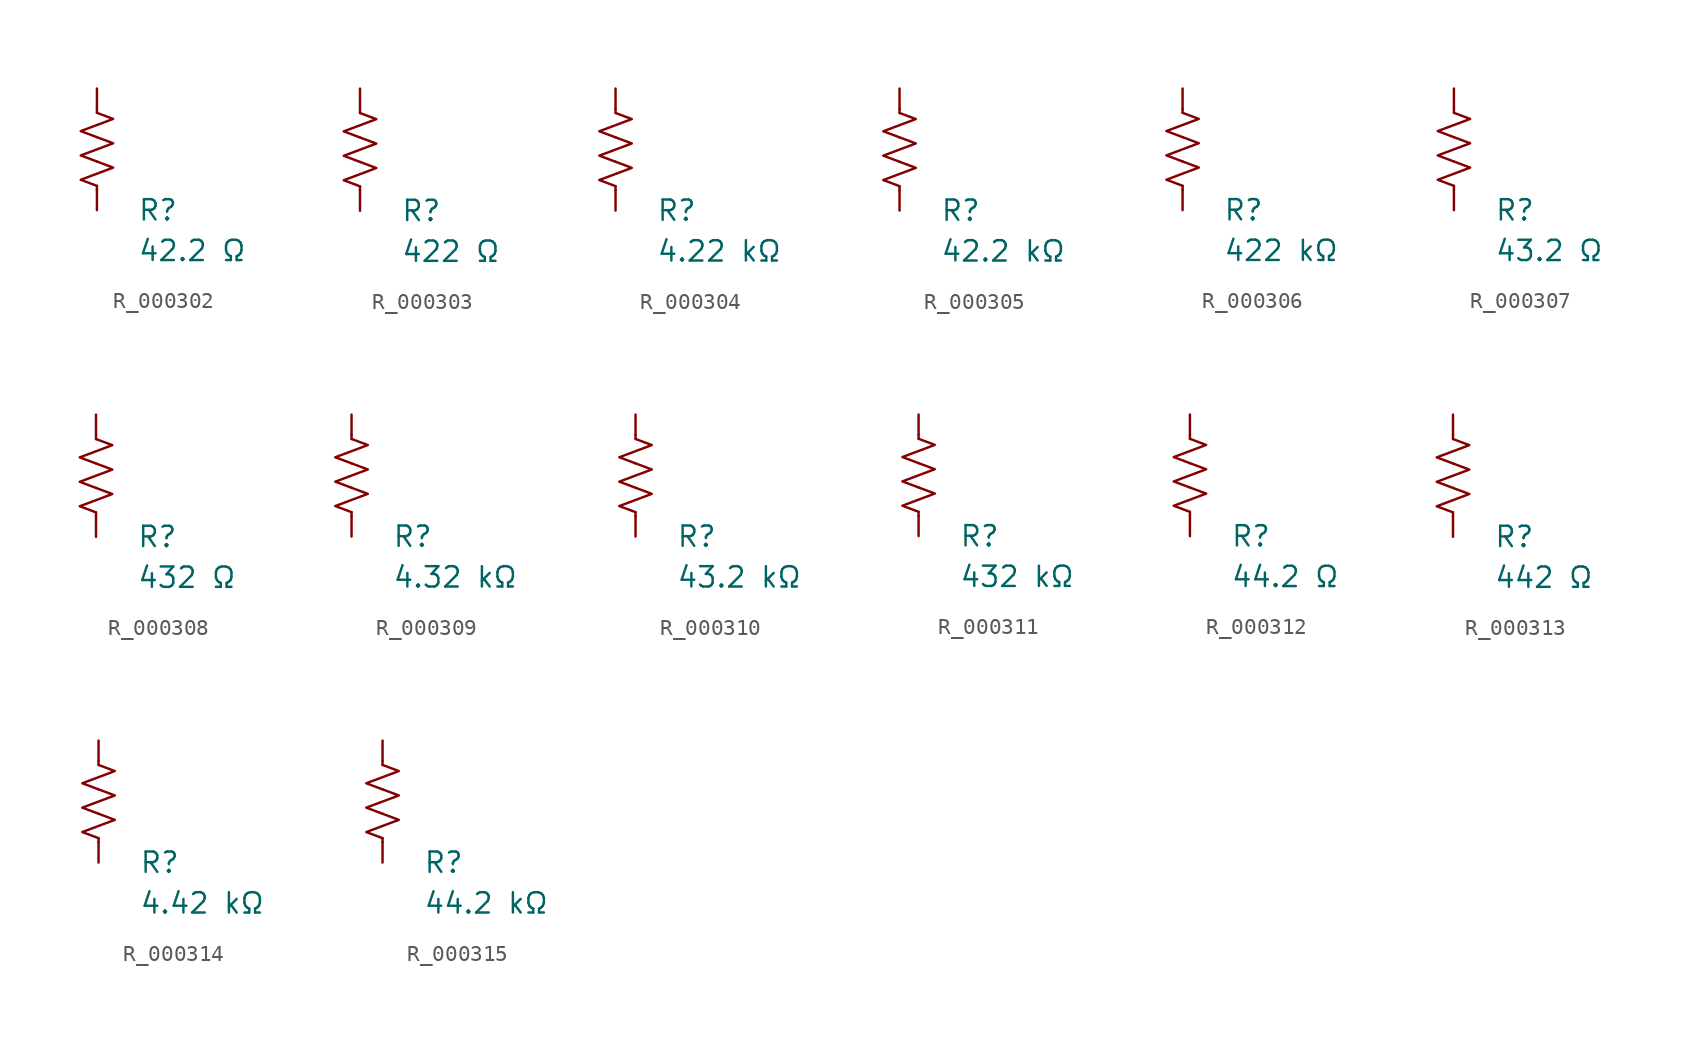
<source format=kicad_sym>
(kicad_symbol_lib
  (version 20231120)
  (generator "kicad_symbol_editor")
  (generator_version "8.0")
  (symbol "R_000302"
    (pin_numbers hide)
    (pin_names
      (offset 0))
    (property "Reference" "R"
      (at 2.54 -3.81 0)
      (effects (font (size 1.27 1.27)) (justify left))
      (show_name no))
    (property "Value" "42.2 Ω"
      (at 2.54 -6.35 0)
      (effects (font (size 1.27 1.27)) (justify left))
      (show_name no))
    (symbol "R_000302_0_1"
      (polyline (pts (xy 0 -2.286) (xy 0 -2.54)) (stroke (width 0) (type default)) (fill (type none)))
      (polyline (pts (xy 0 2.286) (xy 0 2.54)) (stroke (width 0) (type default)) (fill (type none)))
      (polyline (pts (xy 0 -0.762) (xy 1.016 -1.143) (xy 0 -1.524) (xy -1.016 -1.905) (xy 0 -2.286)) (stroke (width 0) (type default)) (fill (type none)))
      (polyline (pts (xy 0 0.762) (xy 1.016 0.381) (xy 0 0) (xy -1.016 -0.381) (xy 0 -0.762)) (stroke (width 0) (type default)) (fill (type none)))
      (polyline (pts (xy 0 2.286) (xy 1.016 1.905) (xy 0 1.524) (xy -1.016 1.143) (xy 0 0.762)) (stroke (width 0) (type default)) (fill (type none))))
    (symbol "R_000302_1_1"
      (pin passive line (at 0 3.81 270) (length 1.27) (name "~" (effects (font (size 1.27 1.27)))) (number "1" (effects (font (size 1.27 1.27)))))
      (pin passive line (at 0 -3.81 90) (length 1.27) (name "~" (effects (font (size 1.27 1.27)))) (number "2" (effects (font (size 1.27 1.27)))))))
  (symbol "R_000303"
    (pin_numbers hide)
    (pin_names
      (offset 0))
    (property "Reference" "R"
      (at 2.54 -3.81 0)
      (effects (font (size 1.27 1.27)) (justify left))
      (show_name no))
    (property "Value" "422 Ω"
      (at 2.54 -6.35 0)
      (effects (font (size 1.27 1.27)) (justify left))
      (show_name no))
    (symbol "R_000303_0_1"
      (polyline (pts (xy 0 -2.286) (xy 0 -2.54)) (stroke (width 0) (type default)) (fill (type none)))
      (polyline (pts (xy 0 2.286) (xy 0 2.54)) (stroke (width 0) (type default)) (fill (type none)))
      (polyline (pts (xy 0 -0.762) (xy 1.016 -1.143) (xy 0 -1.524) (xy -1.016 -1.905) (xy 0 -2.286)) (stroke (width 0) (type default)) (fill (type none)))
      (polyline (pts (xy 0 0.762) (xy 1.016 0.381) (xy 0 0) (xy -1.016 -0.381) (xy 0 -0.762)) (stroke (width 0) (type default)) (fill (type none)))
      (polyline (pts (xy 0 2.286) (xy 1.016 1.905) (xy 0 1.524) (xy -1.016 1.143) (xy 0 0.762)) (stroke (width 0) (type default)) (fill (type none))))
    (symbol "R_000303_1_1"
      (pin passive line (at 0 3.81 270) (length 1.27) (name "~" (effects (font (size 1.27 1.27)))) (number "1" (effects (font (size 1.27 1.27)))))
      (pin passive line (at 0 -3.81 90) (length 1.27) (name "~" (effects (font (size 1.27 1.27)))) (number "2" (effects (font (size 1.27 1.27)))))))
  (symbol "R_000304"
    (pin_numbers hide)
    (pin_names
      (offset 0))
    (property "Reference" "R"
      (at 2.54 -3.81 0)
      (effects (font (size 1.27 1.27)) (justify left))
      (show_name no))
    (property "Value" "4.22 kΩ"
      (at 2.54 -6.35 0)
      (effects (font (size 1.27 1.27)) (justify left))
      (show_name no))
    (symbol "R_000304_0_1"
      (polyline (pts (xy 0 -2.286) (xy 0 -2.54)) (stroke (width 0) (type default)) (fill (type none)))
      (polyline (pts (xy 0 2.286) (xy 0 2.54)) (stroke (width 0) (type default)) (fill (type none)))
      (polyline (pts (xy 0 -0.762) (xy 1.016 -1.143) (xy 0 -1.524) (xy -1.016 -1.905) (xy 0 -2.286)) (stroke (width 0) (type default)) (fill (type none)))
      (polyline (pts (xy 0 0.762) (xy 1.016 0.381) (xy 0 0) (xy -1.016 -0.381) (xy 0 -0.762)) (stroke (width 0) (type default)) (fill (type none)))
      (polyline (pts (xy 0 2.286) (xy 1.016 1.905) (xy 0 1.524) (xy -1.016 1.143) (xy 0 0.762)) (stroke (width 0) (type default)) (fill (type none))))
    (symbol "R_000304_1_1"
      (pin passive line (at 0 3.81 270) (length 1.27) (name "~" (effects (font (size 1.27 1.27)))) (number "1" (effects (font (size 1.27 1.27)))))
      (pin passive line (at 0 -3.81 90) (length 1.27) (name "~" (effects (font (size 1.27 1.27)))) (number "2" (effects (font (size 1.27 1.27)))))))
  (symbol "R_000305"
    (pin_numbers hide)
    (pin_names
      (offset 0))
    (property "Reference" "R"
      (at 2.54 -3.81 0)
      (effects (font (size 1.27 1.27)) (justify left))
      (show_name no))
    (property "Value" "42.2 kΩ"
      (at 2.54 -6.35 0)
      (effects (font (size 1.27 1.27)) (justify left))
      (show_name no))
    (symbol "R_000305_0_1"
      (polyline (pts (xy 0 -2.286) (xy 0 -2.54)) (stroke (width 0) (type default)) (fill (type none)))
      (polyline (pts (xy 0 2.286) (xy 0 2.54)) (stroke (width 0) (type default)) (fill (type none)))
      (polyline (pts (xy 0 -0.762) (xy 1.016 -1.143) (xy 0 -1.524) (xy -1.016 -1.905) (xy 0 -2.286)) (stroke (width 0) (type default)) (fill (type none)))
      (polyline (pts (xy 0 0.762) (xy 1.016 0.381) (xy 0 0) (xy -1.016 -0.381) (xy 0 -0.762)) (stroke (width 0) (type default)) (fill (type none)))
      (polyline (pts (xy 0 2.286) (xy 1.016 1.905) (xy 0 1.524) (xy -1.016 1.143) (xy 0 0.762)) (stroke (width 0) (type default)) (fill (type none))))
    (symbol "R_000305_1_1"
      (pin passive line (at 0 3.81 270) (length 1.27) (name "~" (effects (font (size 1.27 1.27)))) (number "1" (effects (font (size 1.27 1.27)))))
      (pin passive line (at 0 -3.81 90) (length 1.27) (name "~" (effects (font (size 1.27 1.27)))) (number "2" (effects (font (size 1.27 1.27)))))))
  (symbol "R_000306"
    (pin_numbers hide)
    (pin_names
      (offset 0))
    (property "Reference" "R"
      (at 2.54 -3.81 0)
      (effects (font (size 1.27 1.27)) (justify left))
      (show_name no))
    (property "Value" "422 kΩ"
      (at 2.54 -6.35 0)
      (effects (font (size 1.27 1.27)) (justify left))
      (show_name no))
    (symbol "R_000306_0_1"
      (polyline (pts (xy 0 -2.286) (xy 0 -2.54)) (stroke (width 0) (type default)) (fill (type none)))
      (polyline (pts (xy 0 2.286) (xy 0 2.54)) (stroke (width 0) (type default)) (fill (type none)))
      (polyline (pts (xy 0 -0.762) (xy 1.016 -1.143) (xy 0 -1.524) (xy -1.016 -1.905) (xy 0 -2.286)) (stroke (width 0) (type default)) (fill (type none)))
      (polyline (pts (xy 0 0.762) (xy 1.016 0.381) (xy 0 0) (xy -1.016 -0.381) (xy 0 -0.762)) (stroke (width 0) (type default)) (fill (type none)))
      (polyline (pts (xy 0 2.286) (xy 1.016 1.905) (xy 0 1.524) (xy -1.016 1.143) (xy 0 0.762)) (stroke (width 0) (type default)) (fill (type none))))
    (symbol "R_000306_1_1"
      (pin passive line (at 0 3.81 270) (length 1.27) (name "~" (effects (font (size 1.27 1.27)))) (number "1" (effects (font (size 1.27 1.27)))))
      (pin passive line (at 0 -3.81 90) (length 1.27) (name "~" (effects (font (size 1.27 1.27)))) (number "2" (effects (font (size 1.27 1.27)))))))
  (symbol "R_000307"
    (pin_numbers hide)
    (pin_names
      (offset 0))
    (property "Reference" "R"
      (at 2.54 -3.81 0)
      (effects (font (size 1.27 1.27)) (justify left))
      (show_name no))
    (property "Value" "43.2 Ω"
      (at 2.54 -6.35 0)
      (effects (font (size 1.27 1.27)) (justify left))
      (show_name no))
    (symbol "R_000307_0_1"
      (polyline (pts (xy 0 -2.286) (xy 0 -2.54)) (stroke (width 0) (type default)) (fill (type none)))
      (polyline (pts (xy 0 2.286) (xy 0 2.54)) (stroke (width 0) (type default)) (fill (type none)))
      (polyline (pts (xy 0 -0.762) (xy 1.016 -1.143) (xy 0 -1.524) (xy -1.016 -1.905) (xy 0 -2.286)) (stroke (width 0) (type default)) (fill (type none)))
      (polyline (pts (xy 0 0.762) (xy 1.016 0.381) (xy 0 0) (xy -1.016 -0.381) (xy 0 -0.762)) (stroke (width 0) (type default)) (fill (type none)))
      (polyline (pts (xy 0 2.286) (xy 1.016 1.905) (xy 0 1.524) (xy -1.016 1.143) (xy 0 0.762)) (stroke (width 0) (type default)) (fill (type none))))
    (symbol "R_000307_1_1"
      (pin passive line (at 0 3.81 270) (length 1.27) (name "~" (effects (font (size 1.27 1.27)))) (number "1" (effects (font (size 1.27 1.27)))))
      (pin passive line (at 0 -3.81 90) (length 1.27) (name "~" (effects (font (size 1.27 1.27)))) (number "2" (effects (font (size 1.27 1.27)))))))
  (symbol "R_000308"
    (pin_numbers hide)
    (pin_names
      (offset 0))
    (property "Reference" "R"
      (at 2.54 -3.81 0)
      (effects (font (size 1.27 1.27)) (justify left))
      (show_name no))
    (property "Value" "432 Ω"
      (at 2.54 -6.35 0)
      (effects (font (size 1.27 1.27)) (justify left))
      (show_name no))
    (symbol "R_000308_0_1"
      (polyline (pts (xy 0 -2.286) (xy 0 -2.54)) (stroke (width 0) (type default)) (fill (type none)))
      (polyline (pts (xy 0 2.286) (xy 0 2.54)) (stroke (width 0) (type default)) (fill (type none)))
      (polyline (pts (xy 0 -0.762) (xy 1.016 -1.143) (xy 0 -1.524) (xy -1.016 -1.905) (xy 0 -2.286)) (stroke (width 0) (type default)) (fill (type none)))
      (polyline (pts (xy 0 0.762) (xy 1.016 0.381) (xy 0 0) (xy -1.016 -0.381) (xy 0 -0.762)) (stroke (width 0) (type default)) (fill (type none)))
      (polyline (pts (xy 0 2.286) (xy 1.016 1.905) (xy 0 1.524) (xy -1.016 1.143) (xy 0 0.762)) (stroke (width 0) (type default)) (fill (type none))))
    (symbol "R_000308_1_1"
      (pin passive line (at 0 3.81 270) (length 1.27) (name "~" (effects (font (size 1.27 1.27)))) (number "1" (effects (font (size 1.27 1.27)))))
      (pin passive line (at 0 -3.81 90) (length 1.27) (name "~" (effects (font (size 1.27 1.27)))) (number "2" (effects (font (size 1.27 1.27)))))))
  (symbol "R_000309"
    (pin_numbers hide)
    (pin_names
      (offset 0))
    (property "Reference" "R"
      (at 2.54 -3.81 0)
      (effects (font (size 1.27 1.27)) (justify left))
      (show_name no))
    (property "Value" "4.32 kΩ"
      (at 2.54 -6.35 0)
      (effects (font (size 1.27 1.27)) (justify left))
      (show_name no))
    (symbol "R_000309_0_1"
      (polyline (pts (xy 0 -2.286) (xy 0 -2.54)) (stroke (width 0) (type default)) (fill (type none)))
      (polyline (pts (xy 0 2.286) (xy 0 2.54)) (stroke (width 0) (type default)) (fill (type none)))
      (polyline (pts (xy 0 -0.762) (xy 1.016 -1.143) (xy 0 -1.524) (xy -1.016 -1.905) (xy 0 -2.286)) (stroke (width 0) (type default)) (fill (type none)))
      (polyline (pts (xy 0 0.762) (xy 1.016 0.381) (xy 0 0) (xy -1.016 -0.381) (xy 0 -0.762)) (stroke (width 0) (type default)) (fill (type none)))
      (polyline (pts (xy 0 2.286) (xy 1.016 1.905) (xy 0 1.524) (xy -1.016 1.143) (xy 0 0.762)) (stroke (width 0) (type default)) (fill (type none))))
    (symbol "R_000309_1_1"
      (pin passive line (at 0 3.81 270) (length 1.27) (name "~" (effects (font (size 1.27 1.27)))) (number "1" (effects (font (size 1.27 1.27)))))
      (pin passive line (at 0 -3.81 90) (length 1.27) (name "~" (effects (font (size 1.27 1.27)))) (number "2" (effects (font (size 1.27 1.27)))))))
  (symbol "R_000310"
    (pin_numbers hide)
    (pin_names
      (offset 0))
    (property "Reference" "R"
      (at 2.54 -3.81 0)
      (effects (font (size 1.27 1.27)) (justify left))
      (show_name no))
    (property "Value" "43.2 kΩ"
      (at 2.54 -6.35 0)
      (effects (font (size 1.27 1.27)) (justify left))
      (show_name no))
    (symbol "R_000310_0_1"
      (polyline (pts (xy 0 -2.286) (xy 0 -2.54)) (stroke (width 0) (type default)) (fill (type none)))
      (polyline (pts (xy 0 2.286) (xy 0 2.54)) (stroke (width 0) (type default)) (fill (type none)))
      (polyline (pts (xy 0 -0.762) (xy 1.016 -1.143) (xy 0 -1.524) (xy -1.016 -1.905) (xy 0 -2.286)) (stroke (width 0) (type default)) (fill (type none)))
      (polyline (pts (xy 0 0.762) (xy 1.016 0.381) (xy 0 0) (xy -1.016 -0.381) (xy 0 -0.762)) (stroke (width 0) (type default)) (fill (type none)))
      (polyline (pts (xy 0 2.286) (xy 1.016 1.905) (xy 0 1.524) (xy -1.016 1.143) (xy 0 0.762)) (stroke (width 0) (type default)) (fill (type none))))
    (symbol "R_000310_1_1"
      (pin passive line (at 0 3.81 270) (length 1.27) (name "~" (effects (font (size 1.27 1.27)))) (number "1" (effects (font (size 1.27 1.27)))))
      (pin passive line (at 0 -3.81 90) (length 1.27) (name "~" (effects (font (size 1.27 1.27)))) (number "2" (effects (font (size 1.27 1.27)))))))
  (symbol "R_000311"
    (pin_numbers hide)
    (pin_names
      (offset 0))
    (property "Reference" "R"
      (at 2.54 -3.81 0)
      (effects (font (size 1.27 1.27)) (justify left))
      (show_name no))
    (property "Value" "432 kΩ"
      (at 2.54 -6.35 0)
      (effects (font (size 1.27 1.27)) (justify left))
      (show_name no))
    (symbol "R_000311_0_1"
      (polyline (pts (xy 0 -2.286) (xy 0 -2.54)) (stroke (width 0) (type default)) (fill (type none)))
      (polyline (pts (xy 0 2.286) (xy 0 2.54)) (stroke (width 0) (type default)) (fill (type none)))
      (polyline (pts (xy 0 -0.762) (xy 1.016 -1.143) (xy 0 -1.524) (xy -1.016 -1.905) (xy 0 -2.286)) (stroke (width 0) (type default)) (fill (type none)))
      (polyline (pts (xy 0 0.762) (xy 1.016 0.381) (xy 0 0) (xy -1.016 -0.381) (xy 0 -0.762)) (stroke (width 0) (type default)) (fill (type none)))
      (polyline (pts (xy 0 2.286) (xy 1.016 1.905) (xy 0 1.524) (xy -1.016 1.143) (xy 0 0.762)) (stroke (width 0) (type default)) (fill (type none))))
    (symbol "R_000311_1_1"
      (pin passive line (at 0 3.81 270) (length 1.27) (name "~" (effects (font (size 1.27 1.27)))) (number "1" (effects (font (size 1.27 1.27)))))
      (pin passive line (at 0 -3.81 90) (length 1.27) (name "~" (effects (font (size 1.27 1.27)))) (number "2" (effects (font (size 1.27 1.27)))))))
  (symbol "R_000312"
    (pin_numbers hide)
    (pin_names
      (offset 0))
    (property "Reference" "R"
      (at 2.54 -3.81 0)
      (effects (font (size 1.27 1.27)) (justify left))
      (show_name no))
    (property "Value" "44.2 Ω"
      (at 2.54 -6.35 0)
      (effects (font (size 1.27 1.27)) (justify left))
      (show_name no))
    (symbol "R_000312_0_1"
      (polyline (pts (xy 0 -2.286) (xy 0 -2.54)) (stroke (width 0) (type default)) (fill (type none)))
      (polyline (pts (xy 0 2.286) (xy 0 2.54)) (stroke (width 0) (type default)) (fill (type none)))
      (polyline (pts (xy 0 -0.762) (xy 1.016 -1.143) (xy 0 -1.524) (xy -1.016 -1.905) (xy 0 -2.286)) (stroke (width 0) (type default)) (fill (type none)))
      (polyline (pts (xy 0 0.762) (xy 1.016 0.381) (xy 0 0) (xy -1.016 -0.381) (xy 0 -0.762)) (stroke (width 0) (type default)) (fill (type none)))
      (polyline (pts (xy 0 2.286) (xy 1.016 1.905) (xy 0 1.524) (xy -1.016 1.143) (xy 0 0.762)) (stroke (width 0) (type default)) (fill (type none))))
    (symbol "R_000312_1_1"
      (pin passive line (at 0 3.81 270) (length 1.27) (name "~" (effects (font (size 1.27 1.27)))) (number "1" (effects (font (size 1.27 1.27)))))
      (pin passive line (at 0 -3.81 90) (length 1.27) (name "~" (effects (font (size 1.27 1.27)))) (number "2" (effects (font (size 1.27 1.27)))))))
  (symbol "R_000313"
    (pin_numbers hide)
    (pin_names
      (offset 0))
    (property "Reference" "R"
      (at 2.54 -3.81 0)
      (effects (font (size 1.27 1.27)) (justify left))
      (show_name no))
    (property "Value" "442 Ω"
      (at 2.54 -6.35 0)
      (effects (font (size 1.27 1.27)) (justify left))
      (show_name no))
    (symbol "R_000313_0_1"
      (polyline (pts (xy 0 -2.286) (xy 0 -2.54)) (stroke (width 0) (type default)) (fill (type none)))
      (polyline (pts (xy 0 2.286) (xy 0 2.54)) (stroke (width 0) (type default)) (fill (type none)))
      (polyline (pts (xy 0 -0.762) (xy 1.016 -1.143) (xy 0 -1.524) (xy -1.016 -1.905) (xy 0 -2.286)) (stroke (width 0) (type default)) (fill (type none)))
      (polyline (pts (xy 0 0.762) (xy 1.016 0.381) (xy 0 0) (xy -1.016 -0.381) (xy 0 -0.762)) (stroke (width 0) (type default)) (fill (type none)))
      (polyline (pts (xy 0 2.286) (xy 1.016 1.905) (xy 0 1.524) (xy -1.016 1.143) (xy 0 0.762)) (stroke (width 0) (type default)) (fill (type none))))
    (symbol "R_000313_1_1"
      (pin passive line (at 0 3.81 270) (length 1.27) (name "~" (effects (font (size 1.27 1.27)))) (number "1" (effects (font (size 1.27 1.27)))))
      (pin passive line (at 0 -3.81 90) (length 1.27) (name "~" (effects (font (size 1.27 1.27)))) (number "2" (effects (font (size 1.27 1.27)))))))
  (symbol "R_000314"
    (pin_numbers hide)
    (pin_names
      (offset 0))
    (property "Reference" "R"
      (at 2.54 -3.81 0)
      (effects (font (size 1.27 1.27)) (justify left))
      (show_name no))
    (property "Value" "4.42 kΩ"
      (at 2.54 -6.35 0)
      (effects (font (size 1.27 1.27)) (justify left))
      (show_name no))
    (symbol "R_000314_0_1"
      (polyline (pts (xy 0 -2.286) (xy 0 -2.54)) (stroke (width 0) (type default)) (fill (type none)))
      (polyline (pts (xy 0 2.286) (xy 0 2.54)) (stroke (width 0) (type default)) (fill (type none)))
      (polyline (pts (xy 0 -0.762) (xy 1.016 -1.143) (xy 0 -1.524) (xy -1.016 -1.905) (xy 0 -2.286)) (stroke (width 0) (type default)) (fill (type none)))
      (polyline (pts (xy 0 0.762) (xy 1.016 0.381) (xy 0 0) (xy -1.016 -0.381) (xy 0 -0.762)) (stroke (width 0) (type default)) (fill (type none)))
      (polyline (pts (xy 0 2.286) (xy 1.016 1.905) (xy 0 1.524) (xy -1.016 1.143) (xy 0 0.762)) (stroke (width 0) (type default)) (fill (type none))))
    (symbol "R_000314_1_1"
      (pin passive line (at 0 3.81 270) (length 1.27) (name "~" (effects (font (size 1.27 1.27)))) (number "1" (effects (font (size 1.27 1.27)))))
      (pin passive line (at 0 -3.81 90) (length 1.27) (name "~" (effects (font (size 1.27 1.27)))) (number "2" (effects (font (size 1.27 1.27)))))))
  (symbol "R_000315"
    (pin_numbers hide)
    (pin_names
      (offset 0))
    (property "Reference" "R"
      (at 2.54 -3.81 0)
      (effects (font (size 1.27 1.27)) (justify left))
      (show_name no))
    (property "Value" "44.2 kΩ"
      (at 2.54 -6.35 0)
      (effects (font (size 1.27 1.27)) (justify left))
      (show_name no))
    (symbol "R_000315_0_1"
      (polyline (pts (xy 0 -2.286) (xy 0 -2.54)) (stroke (width 0) (type default)) (fill (type none)))
      (polyline (pts (xy 0 2.286) (xy 0 2.54)) (stroke (width 0) (type default)) (fill (type none)))
      (polyline (pts (xy 0 -0.762) (xy 1.016 -1.143) (xy 0 -1.524) (xy -1.016 -1.905) (xy 0 -2.286)) (stroke (width 0) (type default)) (fill (type none)))
      (polyline (pts (xy 0 0.762) (xy 1.016 0.381) (xy 0 0) (xy -1.016 -0.381) (xy 0 -0.762)) (stroke (width 0) (type default)) (fill (type none)))
      (polyline (pts (xy 0 2.286) (xy 1.016 1.905) (xy 0 1.524) (xy -1.016 1.143) (xy 0 0.762)) (stroke (width 0) (type default)) (fill (type none))))
    (symbol "R_000315_1_1"
      (pin passive line (at 0 3.81 270) (length 1.27) (name "~" (effects (font (size 1.27 1.27)))) (number "1" (effects (font (size 1.27 1.27)))))
      (pin passive line (at 0 -3.81 90) (length 1.27) (name "~" (effects (font (size 1.27 1.27)))) (number "2" (effects (font (size 1.27 1.27))))))))
</source>
